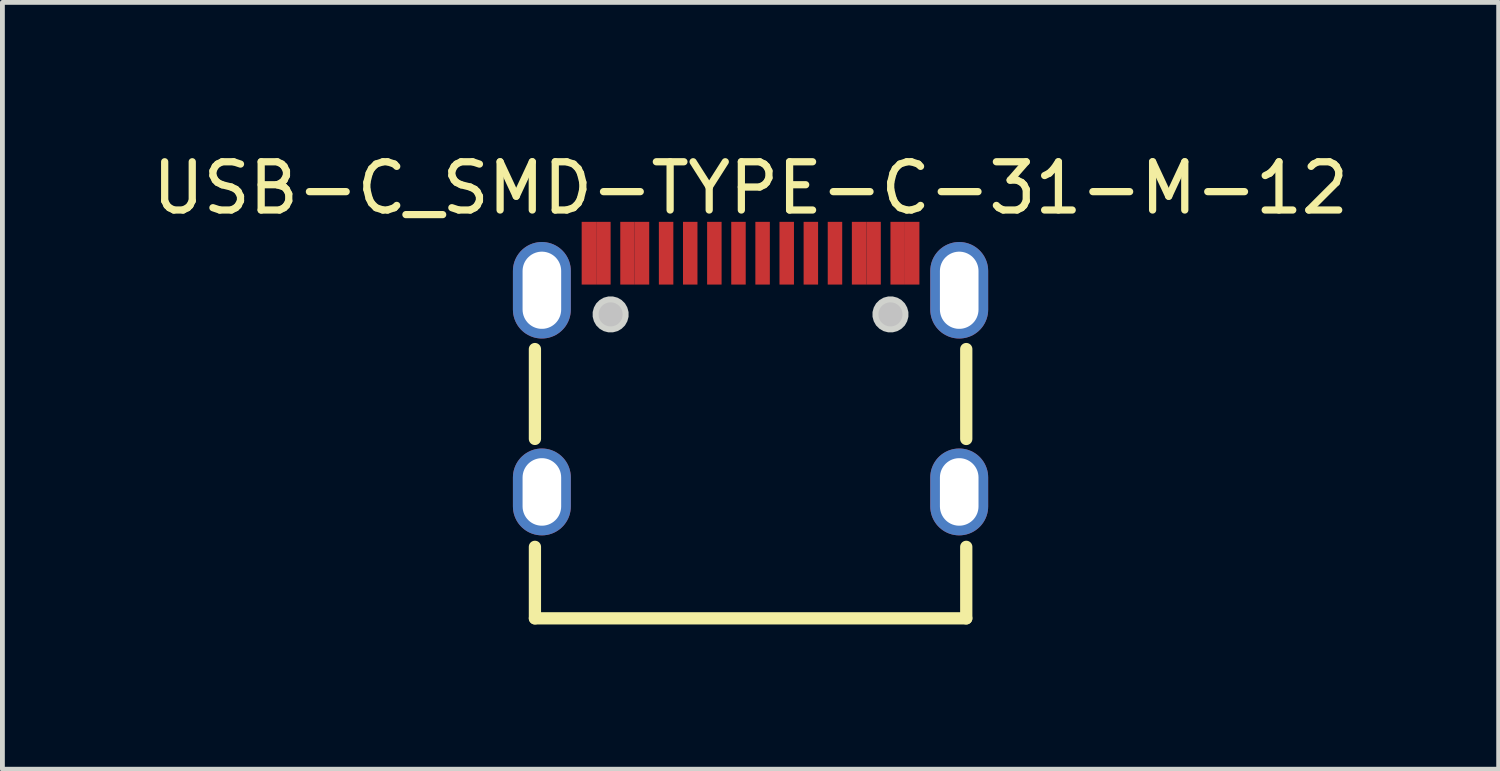
<source format=kicad_pcb>
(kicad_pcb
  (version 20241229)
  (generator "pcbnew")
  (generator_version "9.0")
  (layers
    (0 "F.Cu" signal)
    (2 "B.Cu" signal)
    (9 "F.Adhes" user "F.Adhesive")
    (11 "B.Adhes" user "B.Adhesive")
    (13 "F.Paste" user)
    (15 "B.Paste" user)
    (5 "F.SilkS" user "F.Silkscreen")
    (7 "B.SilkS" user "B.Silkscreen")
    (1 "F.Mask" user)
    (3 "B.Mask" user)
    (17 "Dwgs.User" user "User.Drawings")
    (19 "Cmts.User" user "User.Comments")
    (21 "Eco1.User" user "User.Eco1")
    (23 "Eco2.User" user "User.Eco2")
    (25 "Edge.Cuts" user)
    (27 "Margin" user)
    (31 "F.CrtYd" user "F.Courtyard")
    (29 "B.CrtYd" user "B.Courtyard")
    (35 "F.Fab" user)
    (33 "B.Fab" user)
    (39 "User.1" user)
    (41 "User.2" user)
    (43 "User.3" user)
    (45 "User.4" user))
  (footprint "USB-C_SMD-TYPE-C-31-M-12"
    (layer "F.Cu")
    (at 12.506 4.672)
    (property "Reference" "USB-C_SMD-TYPE-C-31-M-12" (at 0 -3.824 0) (layer "F.SilkS") (effects (font (size 1 1) (thickness 0.15))))
    (fp_line (start -4.469 1.375) (end -4.469 -0.487) (stroke (width 0.254) (type default)) (layer "F.SilkS"))
    (fp_line (start -4.469 5.094) (end -4.469 3.612) (stroke (width 0.254) (type default)) (layer "F.SilkS"))
    (fp_line (start 4.471 1.376) (end 4.471 -0.487) (stroke (width 0.254) (type default)) (layer "F.SilkS"))
    (fp_line (start 4.471 5.094) (end -4.469 5.094) (stroke (width 0.254) (type default)) (layer "F.SilkS"))
    (fp_line (start 4.471 5.094) (end 4.471 3.612) (stroke (width 0.254) (type default)) (layer "F.SilkS"))
    (fp_poly (pts (xy -1.6 -1.824) (xy -1.6 -3.124) (xy -1.9 -3.124) (xy -1.9 -1.824)) (stroke (width 0) (type default)) (fill yes) (layer "F.Paste"))
    (fp_poly (pts (xy -1.4 -3.124) (xy -1.4 -1.824) (xy -1.1 -1.824) (xy -1.1 -3.124)) (stroke (width 0) (type default)) (fill yes) (layer "F.Paste"))
    (fp_poly (pts (xy -0.6 -1.824) (xy -0.6 -3.124) (xy -0.9 -3.124) (xy -0.9 -1.824)) (stroke (width 0) (type default)) (fill yes) (layer "F.Paste"))
    (fp_poly (pts (xy -0.1 -1.824) (xy -0.1 -3.124) (xy -0.4 -3.124) (xy -0.4 -1.824)) (stroke (width 0) (type default)) (fill yes) (layer "F.Paste"))
    (fp_poly (pts (xy 0.4 -1.824) (xy 0.4 -3.124) (xy 0.1 -3.124) (xy 0.1 -1.824)) (stroke (width 0) (type default)) (fill yes) (layer "F.Paste"))
    (fp_poly (pts (xy 0.9 -1.824) (xy 0.9 -3.124) (xy 0.6 -3.124) (xy 0.6 -1.824)) (stroke (width 0) (type default)) (fill yes) (layer "F.Paste"))
    (fp_poly (pts (xy 1.399 -1.824) (xy 1.399 -3.124) (xy 1.099 -3.124) (xy 1.099 -1.824)) (stroke (width 0) (type default)) (fill yes) (layer "F.Paste"))
    (fp_poly (pts (xy 1.9 -1.824) (xy 1.9 -3.124) (xy 1.6 -3.124) (xy 1.6 -1.824)) (stroke (width 0) (type default)) (fill yes) (layer "F.Paste"))
    (fp_poly (pts (xy -2.9 -1.824) (xy -2.9 -3.124) (xy -3.2 -3.124) (xy -3.5 -3.124) (xy -3.5 -1.824) (xy -3.2 -1.824)) (stroke (width 0) (type default)) (fill yes) (layer "F.Paste"))
    (fp_poly (pts (xy -2.1 -1.824) (xy -2.1 -3.124) (xy -2.4 -3.124) (xy -2.7 -3.124) (xy -2.7 -1.824) (xy -2.4 -1.824)) (stroke (width 0) (type default)) (fill yes) (layer "F.Paste"))
    (fp_poly (pts (xy 2.7 -1.825) (xy 2.7 -3.124) (xy 2.4 -3.124) (xy 2.1 -3.124) (xy 2.1 -1.825) (xy 2.4 -1.825)) (stroke (width 0) (type default)) (fill yes) (layer "F.Paste"))
    (fp_poly (pts (xy 3.5 -1.825) (xy 3.5 -3.124) (xy 3.2 -3.124) (xy 2.9 -3.124) (xy 2.9 -1.825) (xy 3.2 -1.825)) (stroke (width 0) (type default)) (fill yes) (layer "F.Paste"))
    (fp_poly (pts (xy -4.34 1.575) (xy -4.37 1.576) (xy -4.399 1.579) (xy -4.429 1.583) (xy -4.458 1.589) (xy -4.487 1.597) (xy -4.516 1.605) (xy -4.545 1.615) (xy -4.572 1.627) (xy -4.599 1.64) (xy -4.625 1.655) (xy -4.651 1.67) (xy -4.676 1.687) (xy -4.699 1.705) (xy -4.722 1.724) (xy -4.744 1.744) (xy -4.765 1.766) (xy -4.785 1.788) (xy -4.803 1.812) (xy -4.821 1.836) (xy -4.837 1.861) (xy -4.852 1.887) (xy -4.865 1.914) (xy -4.878 1.941) (xy -4.889 1.969) (xy -4.899 1.998) (xy -4.907 2.026) (xy -4.913 2.055) (xy -4.918 2.084) (xy -4.922 2.115) (xy -4.925 2.144) (xy -4.925 2.174) (xy -4.925 2.774) (xy -4.925 2.804) (xy -4.922 2.834) (xy -4.918 2.864) (xy -4.913 2.893) (xy -4.907 2.922) (xy -4.899 2.951) (xy -4.889 2.979) (xy -4.878 3.007) (xy -4.865 3.034) (xy -4.852 3.061) (xy -4.837 3.087) (xy -4.821 3.112) (xy -4.803 3.136) (xy -4.785 3.16) (xy -4.765 3.182) (xy -4.744 3.204) (xy -4.722 3.224) (xy -4.699 3.243) (xy -4.676 3.261) (xy -4.651 3.278) (xy -4.625 3.293) (xy -4.599 3.308) (xy -4.572 3.321) (xy -4.545 3.333) (xy -4.516 3.343) (xy -4.487 3.352) (xy -4.458 3.359) (xy -4.429 3.365) (xy -4.399 3.369) (xy -4.37 3.373) (xy -4.34 3.374) (xy -4.31 3.374) (xy -4.28 3.373) (xy -4.25 3.369) (xy -4.221 3.365) (xy -4.191 3.359) (xy -4.162 3.352) (xy -4.134 3.343) (xy -4.106 3.333) (xy -4.079 3.321) (xy -4.051 3.308) (xy -4.025 3.293) (xy -3.999 3.278) (xy -3.975 3.261) (xy -3.951 3.243) (xy -3.928 3.224) (xy -3.906 3.204) (xy -3.885 3.182) (xy -3.865 3.16) (xy -3.847 3.136) (xy -3.829 3.112) (xy -3.813 3.087) (xy -3.798 3.061) (xy -3.784 3.034) (xy -3.772 3.007) (xy -3.761 2.979) (xy -3.752 2.951) (xy -3.744 2.922) (xy -3.737 2.893) (xy -3.732 2.864) (xy -3.728 2.834) (xy -3.726 2.804) (xy -3.725 2.774) (xy -3.725 2.174) (xy -3.726 2.144) (xy -3.728 2.115) (xy -3.732 2.084) (xy -3.737 2.055) (xy -3.744 2.026) (xy -3.752 1.998) (xy -3.761 1.969) (xy -3.772 1.941) (xy -3.784 1.914) (xy -3.798 1.887) (xy -3.813 1.861) (xy -3.829 1.836) (xy -3.847 1.812) (xy -3.865 1.788) (xy -3.885 1.766) (xy -3.906 1.744) (xy -3.928 1.724) (xy -3.951 1.705) (xy -3.975 1.687) (xy -3.999 1.67) (xy -4.025 1.655) (xy -4.051 1.64) (xy -4.079 1.627) (xy -4.106 1.615) (xy -4.134 1.605) (xy -4.162 1.597) (xy -4.191 1.589) (xy -4.221 1.583) (xy -4.25 1.579) (xy -4.28 1.576) (xy -4.31 1.575)) (stroke (width 0) (type default)) (fill yes) (layer "F.Paste"))
    (fp_poly (pts (xy -4.28 -2.704) (xy -4.31 -2.705) (xy -4.34 -2.705) (xy -4.37 -2.704) (xy -4.399 -2.701) (xy -4.429 -2.696) (xy -4.458 -2.691) (xy -4.487 -2.683) (xy -4.516 -2.675) (xy -4.545 -2.664) (xy -4.572 -2.652) (xy -4.599 -2.639) (xy -4.625 -2.626) (xy -4.651 -2.61) (xy -4.676 -2.593) (xy -4.699 -2.575) (xy -4.722 -2.555) (xy -4.744 -2.535) (xy -4.765 -2.514) (xy -4.785 -2.491) (xy -4.803 -2.468) (xy -4.821 -2.444) (xy -4.837 -2.418) (xy -4.852 -2.393) (xy -4.865 -2.366) (xy -4.878 -2.339) (xy -4.889 -2.311) (xy -4.899 -2.283) (xy -4.907 -2.254) (xy -4.913 -2.224) (xy -4.918 -2.195) (xy -4.922 -2.166) (xy -4.925 -2.135) (xy -4.925 -2.106) (xy -4.925 -1.306) (xy -4.925 -1.276) (xy -4.922 -1.246) (xy -4.918 -1.216) (xy -4.913 -1.187) (xy -4.907 -1.157) (xy -4.899 -1.129) (xy -4.889 -1.101) (xy -4.878 -1.073) (xy -4.865 -1.046) (xy -4.852 -1.019) (xy -4.837 -0.993) (xy -4.821 -0.968) (xy -4.803 -0.944) (xy -4.785 -0.92) (xy -4.765 -0.897) (xy -4.744 -0.876) (xy -4.722 -0.856) (xy -4.699 -0.837) (xy -4.676 -0.819) (xy -4.651 -0.802) (xy -4.625 -0.786) (xy -4.599 -0.772) (xy -4.572 -0.759) (xy -4.545 -0.748) (xy -4.516 -0.737) (xy -4.487 -0.728) (xy -4.458 -0.721) (xy -4.429 -0.715) (xy -4.399 -0.711) (xy -4.37 -0.708) (xy -4.34 -0.706) (xy -4.31 -0.706) (xy -4.28 -0.708) (xy -4.25 -0.711) (xy -4.221 -0.715) (xy -4.191 -0.721) (xy -4.162 -0.728) (xy -4.134 -0.737) (xy -4.106 -0.748) (xy -4.079 -0.759) (xy -4.051 -0.772) (xy -4.025 -0.786) (xy -3.999 -0.802) (xy -3.975 -0.819) (xy -3.951 -0.837) (xy -3.928 -0.856) (xy -3.906 -0.876) (xy -3.885 -0.897) (xy -3.865 -0.92) (xy -3.847 -0.944) (xy -3.829 -0.968) (xy -3.813 -0.993) (xy -3.798 -1.019) (xy -3.784 -1.046) (xy -3.772 -1.073) (xy -3.761 -1.101) (xy -3.752 -1.129) (xy -3.744 -1.157) (xy -3.737 -1.187) (xy -3.732 -1.216) (xy -3.728 -1.246) (xy -3.726 -1.276) (xy -3.725 -1.306) (xy -3.725 -2.106) (xy -3.726 -2.135) (xy -3.728 -2.166) (xy -3.732 -2.195) (xy -3.737 -2.224) (xy -3.744 -2.254) (xy -3.752 -2.283) (xy -3.761 -2.311) (xy -3.772 -2.339) (xy -3.784 -2.366) (xy -3.798 -2.393) (xy -3.813 -2.418) (xy -3.829 -2.444) (xy -3.847 -2.468) (xy -3.865 -2.491) (xy -3.885 -2.514) (xy -3.906 -2.535) (xy -3.928 -2.555) (xy -3.951 -2.575) (xy -3.975 -2.593) (xy -3.999 -2.61) (xy -4.025 -2.626) (xy -4.051 -2.639) (xy -4.079 -2.652) (xy -4.106 -2.664) (xy -4.134 -2.675) (xy -4.162 -2.683) (xy -4.191 -2.691) (xy -4.221 -2.696) (xy -4.25 -2.701)) (stroke (width 0) (type default)) (fill yes) (layer "F.Paste"))
    (fp_poly (pts (xy 4.37 -2.704) (xy 4.34 -2.705) (xy 4.31 -2.705) (xy 4.28 -2.704) (xy 4.25 -2.701) (xy 4.221 -2.696) (xy 4.191 -2.691) (xy 4.162 -2.683) (xy 4.134 -2.675) (xy 4.106 -2.664) (xy 4.079 -2.652) (xy 4.051 -2.639) (xy 4.025 -2.626) (xy 3.999 -2.61) (xy 3.975 -2.593) (xy 3.951 -2.575) (xy 3.928 -2.555) (xy 3.906 -2.535) (xy 3.885 -2.514) (xy 3.865 -2.491) (xy 3.847 -2.468) (xy 3.829 -2.444) (xy 3.813 -2.418) (xy 3.798 -2.393) (xy 3.784 -2.366) (xy 3.772 -2.339) (xy 3.761 -2.311) (xy 3.752 -2.283) (xy 3.744 -2.254) (xy 3.737 -2.224) (xy 3.732 -2.195) (xy 3.728 -2.166) (xy 3.726 -2.135) (xy 3.725 -2.106) (xy 3.725 -1.306) (xy 3.726 -1.276) (xy 3.728 -1.246) (xy 3.732 -1.216) (xy 3.737 -1.187) (xy 3.744 -1.157) (xy 3.752 -1.129) (xy 3.761 -1.101) (xy 3.772 -1.073) (xy 3.784 -1.046) (xy 3.798 -1.019) (xy 3.813 -0.993) (xy 3.829 -0.968) (xy 3.847 -0.944) (xy 3.865 -0.92) (xy 3.885 -0.897) (xy 3.906 -0.876) (xy 3.928 -0.856) (xy 3.951 -0.837) (xy 3.975 -0.819) (xy 3.999 -0.802) (xy 4.025 -0.786) (xy 4.051 -0.772) (xy 4.079 -0.759) (xy 4.106 -0.748) (xy 4.134 -0.737) (xy 4.162 -0.728) (xy 4.191 -0.721) (xy 4.221 -0.715) (xy 4.25 -0.711) (xy 4.28 -0.708) (xy 4.31 -0.706) (xy 4.34 -0.706) (xy 4.37 -0.708) (xy 4.399 -0.711) (xy 4.429 -0.715) (xy 4.458 -0.721) (xy 4.487 -0.728) (xy 4.516 -0.737) (xy 4.545 -0.748) (xy 4.572 -0.759) (xy 4.599 -0.772) (xy 4.625 -0.786) (xy 4.651 -0.802) (xy 4.676 -0.819) (xy 4.699 -0.837) (xy 4.722 -0.856) (xy 4.744 -0.876) (xy 4.765 -0.897) (xy 4.785 -0.92) (xy 4.803 -0.944) (xy 4.821 -0.968) (xy 4.837 -0.993) (xy 4.852 -1.019) (xy 4.865 -1.046) (xy 4.878 -1.073) (xy 4.889 -1.101) (xy 4.899 -1.129) (xy 4.907 -1.157) (xy 4.913 -1.187) (xy 4.918 -1.216) (xy 4.922 -1.246) (xy 4.925 -1.276) (xy 4.925 -1.306) (xy 4.925 -2.106) (xy 4.925 -2.135) (xy 4.922 -2.166) (xy 4.918 -2.195) (xy 4.913 -2.224) (xy 4.907 -2.254) (xy 4.899 -2.283) (xy 4.889 -2.311) (xy 4.878 -2.339) (xy 4.865 -2.366) (xy 4.852 -2.393) (xy 4.837 -2.418) (xy 4.821 -2.444) (xy 4.803 -2.468) (xy 4.785 -2.491) (xy 4.765 -2.514) (xy 4.744 -2.535) (xy 4.722 -2.555) (xy 4.699 -2.575) (xy 4.676 -2.593) (xy 4.651 -2.61) (xy 4.625 -2.626) (xy 4.599 -2.639) (xy 4.572 -2.652) (xy 4.545 -2.664) (xy 4.516 -2.675) (xy 4.487 -2.683) (xy 4.458 -2.691) (xy 4.429 -2.696) (xy 4.399 -2.701)) (stroke (width 0) (type default)) (fill yes) (layer "F.Paste"))
    (fp_poly (pts (xy 4.37 1.576) (xy 4.34 1.575) (xy 4.31 1.575) (xy 4.28 1.576) (xy 4.25 1.579) (xy 4.221 1.583) (xy 4.191 1.589) (xy 4.162 1.597) (xy 4.134 1.605) (xy 4.106 1.615) (xy 4.079 1.627) (xy 4.051 1.64) (xy 4.025 1.655) (xy 3.999 1.67) (xy 3.975 1.687) (xy 3.951 1.705) (xy 3.928 1.724) (xy 3.906 1.744) (xy 3.885 1.766) (xy 3.865 1.788) (xy 3.847 1.812) (xy 3.829 1.836) (xy 3.813 1.861) (xy 3.798 1.887) (xy 3.784 1.914) (xy 3.772 1.941) (xy 3.761 1.969) (xy 3.752 1.998) (xy 3.744 2.026) (xy 3.737 2.055) (xy 3.732 2.084) (xy 3.728 2.115) (xy 3.726 2.144) (xy 3.725 2.174) (xy 3.725 2.774) (xy 3.726 2.804) (xy 3.728 2.834) (xy 3.732 2.864) (xy 3.737 2.893) (xy 3.744 2.922) (xy 3.752 2.951) (xy 3.761 2.979) (xy 3.772 3.007) (xy 3.784 3.034) (xy 3.798 3.061) (xy 3.813 3.087) (xy 3.829 3.112) (xy 3.847 3.136) (xy 3.865 3.16) (xy 3.885 3.182) (xy 3.906 3.204) (xy 3.928 3.224) (xy 3.951 3.243) (xy 3.975 3.261) (xy 3.999 3.278) (xy 4.025 3.293) (xy 4.051 3.308) (xy 4.079 3.321) (xy 4.106 3.333) (xy 4.134 3.343) (xy 4.162 3.352) (xy 4.191 3.359) (xy 4.221 3.365) (xy 4.25 3.369) (xy 4.28 3.373) (xy 4.31 3.374) (xy 4.34 3.374) (xy 4.37 3.373) (xy 4.399 3.369) (xy 4.429 3.365) (xy 4.458 3.359) (xy 4.487 3.352) (xy 4.516 3.343) (xy 4.545 3.333) (xy 4.572 3.321) (xy 4.599 3.308) (xy 4.625 3.293) (xy 4.651 3.278) (xy 4.676 3.261) (xy 4.699 3.243) (xy 4.722 3.224) (xy 4.744 3.204) (xy 4.765 3.182) (xy 4.785 3.16) (xy 4.803 3.136) (xy 4.821 3.112) (xy 4.837 3.087) (xy 4.852 3.061) (xy 4.865 3.034) (xy 4.878 3.007) (xy 4.889 2.979) (xy 4.899 2.951) (xy 4.907 2.922) (xy 4.913 2.893) (xy 4.918 2.864) (xy 4.922 2.834) (xy 4.925 2.804) (xy 4.925 2.774) (xy 4.925 2.174) (xy 4.925 2.144) (xy 4.922 2.115) (xy 4.918 2.084) (xy 4.913 2.055) (xy 4.907 2.026) (xy 4.899 1.998) (xy 4.889 1.969) (xy 4.878 1.941) (xy 4.865 1.914) (xy 4.852 1.887) (xy 4.837 1.861) (xy 4.821 1.836) (xy 4.803 1.812) (xy 4.785 1.788) (xy 4.765 1.766) (xy 4.744 1.744) (xy 4.722 1.724) (xy 4.699 1.705) (xy 4.676 1.687) (xy 4.651 1.67) (xy 4.625 1.655) (xy 4.599 1.64) (xy 4.572 1.627) (xy 4.545 1.615) (xy 4.516 1.605) (xy 4.487 1.597) (xy 4.458 1.589) (xy 4.429 1.583) (xy 4.399 1.579)) (stroke (width 0) (type default)) (fill yes) (layer "F.Paste"))
    (fp_circle (center -2.9 -1.206) (end -2.775 -1.206) (stroke (width 0.25) (type default)) (fill no) (layer "Dwgs.User"))
    (fp_circle (center 2.9 -1.206) (end 3.025 -1.206) (stroke (width 0.25) (type default)) (fill no) (layer "Dwgs.User"))
    (fp_poly (pts (xy -2.528 -1.254) (xy -2.554 -1.349) (xy -2.602 -1.434) (xy -2.672 -1.503) (xy -2.756 -1.552) (xy -2.851 -1.577) (xy -2.949 -1.577) (xy -3.044 -1.552) (xy -3.128 -1.503) (xy -3.198 -1.434) (xy -3.246 -1.349) (xy -3.272 -1.254) (xy -3.272 -1.157) (xy -3.246 -1.062) (xy -3.198 -0.977) (xy -3.128 -0.908) (xy -3.044 -0.859) (xy -2.949 -0.834) (xy -2.851 -0.834) (xy -2.756 -0.859) (xy -2.672 -0.908) (xy -2.602 -0.977) (xy -2.554 -1.062) (xy -2.528 -1.157)) (stroke (width 0) (type default)) (fill yes) (layer "Edge.Cuts"))
    (fp_poly (pts (xy 3.272 -1.254) (xy 3.246 -1.349) (xy 3.198 -1.434) (xy 3.128 -1.503) (xy 3.044 -1.552) (xy 2.949 -1.577) (xy 2.851 -1.577) (xy 2.756 -1.552) (xy 2.672 -1.503) (xy 2.602 -1.434) (xy 2.554 -1.349) (xy 2.528 -1.254) (xy 2.528 -1.157) (xy 2.554 -1.062) (xy 2.602 -0.977) (xy 2.672 -0.908) (xy 2.756 -0.859) (xy 2.851 -0.834) (xy 2.949 -0.834) (xy 3.044 -0.859) (xy 3.128 -0.908) (xy 3.198 -0.977) (xy 3.246 -1.062) (xy 3.272 -1.157)) (stroke (width 0) (type default)) (fill yes) (layer "Edge.Cuts"))
    (fp_poly (pts (xy -4.475 -2.256) (xy -4.175 -2.256) (xy -4.175 -1.156) (xy -4.475 -1.156)) (stroke (width 0.1) (type default)) (fill no) (layer "User.1"))
    (fp_poly (pts (xy -4.475 2.074) (xy -4.175 2.074) (xy -4.175 2.874) (xy -4.475 2.874)) (stroke (width 0.1) (type default)) (fill no) (layer "User.1"))
    (fp_poly (pts (xy -3.41 -2.756) (xy -3.21 -2.756) (xy -3.21 -2.056) (xy -3.41 -2.056)) (stroke (width 0.1) (type default)) (fill no) (layer "User.1"))
    (fp_poly (pts (xy -3.21 -2.756) (xy -3.01 -2.756) (xy -3.01 -2.056) (xy -3.21 -2.056)) (stroke (width 0.1) (type default)) (fill no) (layer "User.1"))
    (fp_poly (pts (xy -2.61 -2.756) (xy -2.41 -2.756) (xy -2.41 -2.056) (xy -2.61 -2.056)) (stroke (width 0.1) (type default)) (fill no) (layer "User.1"))
    (fp_poly (pts (xy -2.41 -2.756) (xy -2.21 -2.756) (xy -2.21 -2.056) (xy -2.41 -2.056)) (stroke (width 0.1) (type default)) (fill no) (layer "User.1"))
    (fp_poly (pts (xy -1.85 -2.756) (xy -1.65 -2.756) (xy -1.65 -2.056) (xy -1.85 -2.056)) (stroke (width 0.1) (type default)) (fill no) (layer "User.1"))
    (fp_poly (pts (xy -1.35 -2.756) (xy -1.15 -2.756) (xy -1.15 -2.056) (xy -1.35 -2.056)) (stroke (width 0.1) (type default)) (fill no) (layer "User.1"))
    (fp_poly (pts (xy -0.85 -2.756) (xy -0.65 -2.756) (xy -0.65 -2.056) (xy -0.85 -2.056)) (stroke (width 0.1) (type default)) (fill no) (layer "User.1"))
    (fp_poly (pts (xy -0.35 -2.756) (xy -0.15 -2.756) (xy -0.15 -2.056) (xy -0.35 -2.056)) (stroke (width 0.1) (type default)) (fill no) (layer "User.1"))
    (fp_poly (pts (xy 0.15 -2.756) (xy 0.35 -2.756) (xy 0.35 -2.056) (xy 0.15 -2.056)) (stroke (width 0.1) (type default)) (fill no) (layer "User.1"))
    (fp_poly (pts (xy 0.65 -2.756) (xy 0.85 -2.756) (xy 0.85 -2.056) (xy 0.65 -2.056)) (stroke (width 0.1) (type default)) (fill no) (layer "User.1"))
    (fp_poly (pts (xy 1.149 -2.756) (xy 1.349 -2.756) (xy 1.349 -2.056) (xy 1.149 -2.056)) (stroke (width 0.1) (type default)) (fill no) (layer "User.1"))
    (fp_poly (pts (xy 1.65 -2.756) (xy 1.85 -2.756) (xy 1.85 -2.056) (xy 1.65 -2.056)) (stroke (width 0.1) (type default)) (fill no) (layer "User.1"))
    (fp_poly (pts (xy 2.21 -2.756) (xy 2.41 -2.756) (xy 2.41 -2.056) (xy 2.21 -2.056)) (stroke (width 0.1) (type default)) (fill no) (layer "User.1"))
    (fp_poly (pts (xy 2.41 -2.756) (xy 2.61 -2.756) (xy 2.61 -2.056) (xy 2.41 -2.056)) (stroke (width 0.1) (type default)) (fill no) (layer "User.1"))
    (fp_poly (pts (xy 3.01 -2.756) (xy 3.21 -2.756) (xy 3.21 -2.056) (xy 3.01 -2.056)) (stroke (width 0.1) (type default)) (fill no) (layer "User.1"))
    (fp_poly (pts (xy 3.21 -2.756) (xy 3.41 -2.756) (xy 3.41 -2.056) (xy 3.21 -2.056)) (stroke (width 0.1) (type default)) (fill no) (layer "User.1"))
    (fp_poly (pts (xy 4.175 -2.256) (xy 4.475 -2.256) (xy 4.475 -1.156) (xy 4.175 -1.156)) (stroke (width 0.1) (type default)) (fill no) (layer "User.1"))
    (fp_poly (pts (xy 4.175 2.074) (xy 4.475 2.074) (xy 4.475 2.874) (xy 4.175 2.874)) (stroke (width 0.1) (type default)) (fill no) (layer "User.1"))
    (fp_line (start -4.47 -2.256) (end 4.47 -2.256) (stroke (width 0.051) (type default)) (layer "User.2"))
    (fp_line (start -4.47 5.094) (end -4.47 -2.256) (stroke (width 0.051) (type default)) (layer "User.2"))
    (fp_line (start 4.47 -2.256) (end 4.47 5.094) (stroke (width 0.051) (type default)) (layer "User.2"))
    (fp_line (start 4.47 5.094) (end -4.47 5.094) (stroke (width 0.051) (type default)) (layer "User.2"))
    (fp_poly (pts (xy -4.42 -2.779) (xy -4.452 -2.811) (xy -4.498 -2.811) (xy -4.53 -2.779) (xy -4.53 -2.733) (xy -4.498 -2.701) (xy -4.452 -2.701) (xy -4.42 -2.733)) (stroke (width 0.1) (type default)) (fill no) (layer "User.3"))
    (pad "0" thru_hole oval (at -4.325 -1.706) (size 1.2 2) (drill oval 0.8 1.6) (layers "*.Cu" "*.Mask"))
    (pad "1" thru_hole oval (at 4.325 -1.706) (size 1.2 2) (drill oval 0.8 1.6) (layers "*.Cu" "*.Mask"))
    (pad "2" thru_hole oval (at 4.325 2.474) (size 1.2 1.8) (drill oval 0.8 1.4) (layers "*.Cu" "*.Mask"))
    (pad "3" thru_hole oval (at -4.325 2.474) (size 1.2 1.8) (drill oval 0.8 1.4) (layers "*.Cu" "*.Mask"))
    (pad "A1" smd rect (at -3.35 -2.474) (size 0.3 1.3) (layers "F.Cu" "F.Mask" "F.Paste"))
    (pad "A4" smd rect (at -2.55 -2.474) (size 0.3 1.3) (layers "F.Cu" "F.Mask" "F.Paste"))
    (pad "A5" smd rect (at -1.25 -2.474) (size 0.3 1.3) (layers "F.Cu" "F.Mask" "F.Paste"))
    (pad "A6" smd rect (at -0.25 -2.474) (size 0.3 1.3) (layers "F.Cu" "F.Mask" "F.Paste"))
    (pad "A7" smd rect (at 0.25 -2.474) (size 0.3 1.3) (layers "F.Cu" "F.Mask" "F.Paste"))
    (pad "A8" smd rect (at 1.25 -2.474) (size 0.3 1.3) (layers "F.Cu" "F.Mask" "F.Paste"))
    (pad "A9" smd rect (at 2.55 -2.474) (size 0.3 1.3) (layers "F.Cu" "F.Mask" "F.Paste"))
    (pad "A12" smd rect (at 3.35 -2.474) (size 0.3 1.3) (layers "F.Cu" "F.Mask" "F.Paste"))
    (pad "B1" smd rect (at 3.05 -2.474) (size 0.3 1.3) (layers "F.Cu" "F.Mask" "F.Paste"))
    (pad "B4" smd rect (at 2.25 -2.474) (size 0.3 1.3) (layers "F.Cu" "F.Mask" "F.Paste"))
    (pad "B5" smd rect (at 1.75 -2.474) (size 0.3 1.3) (layers "F.Cu" "F.Mask" "F.Paste"))
    (pad "B6" smd rect (at 0.75 -2.474) (size 0.3 1.3) (layers "F.Cu" "F.Mask" "F.Paste"))
    (pad "B7" smd rect (at -0.75 -2.474) (size 0.3 1.3) (layers "F.Cu" "F.Mask" "F.Paste"))
    (pad "B8" smd rect (at -1.75 -2.474) (size 0.3 1.3) (layers "F.Cu" "F.Mask" "F.Paste"))
    (pad "B9" smd rect (at -2.25 -2.474) (size 0.3 1.3) (layers "F.Cu" "F.Mask" "F.Paste"))
    (pad "B12" smd rect (at -3.05 -2.474) (size 0.3 1.3) (layers "F.Cu" "F.Mask" "F.Paste")))
  (gr_rect
    (start -3 -3)
    (end 28.012 12.893)
    (stroke (width 0.1) (type default))
    (fill no)
    (layer "Edge.Cuts")))
</source>
